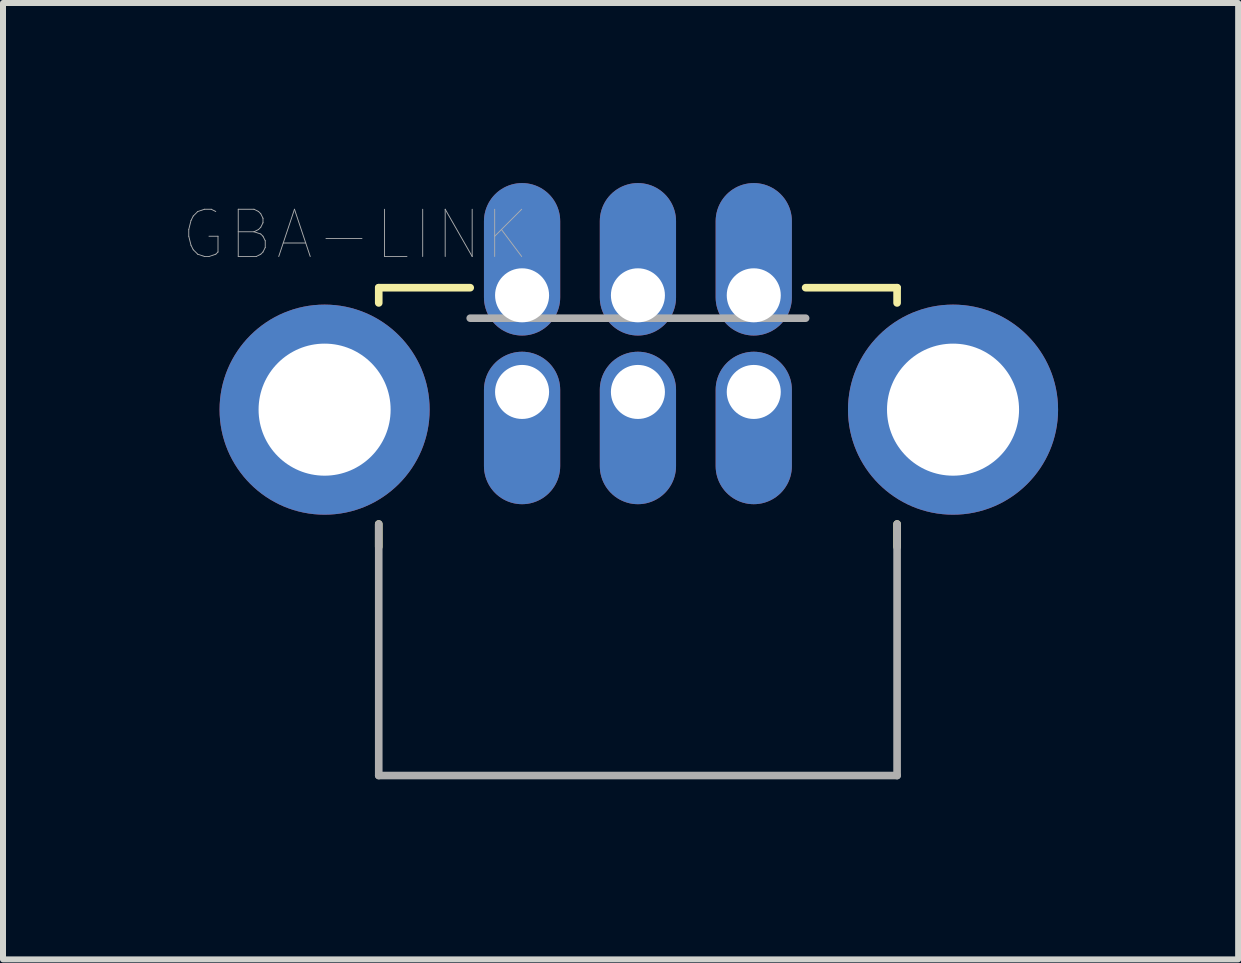
<source format=kicad_pcb>
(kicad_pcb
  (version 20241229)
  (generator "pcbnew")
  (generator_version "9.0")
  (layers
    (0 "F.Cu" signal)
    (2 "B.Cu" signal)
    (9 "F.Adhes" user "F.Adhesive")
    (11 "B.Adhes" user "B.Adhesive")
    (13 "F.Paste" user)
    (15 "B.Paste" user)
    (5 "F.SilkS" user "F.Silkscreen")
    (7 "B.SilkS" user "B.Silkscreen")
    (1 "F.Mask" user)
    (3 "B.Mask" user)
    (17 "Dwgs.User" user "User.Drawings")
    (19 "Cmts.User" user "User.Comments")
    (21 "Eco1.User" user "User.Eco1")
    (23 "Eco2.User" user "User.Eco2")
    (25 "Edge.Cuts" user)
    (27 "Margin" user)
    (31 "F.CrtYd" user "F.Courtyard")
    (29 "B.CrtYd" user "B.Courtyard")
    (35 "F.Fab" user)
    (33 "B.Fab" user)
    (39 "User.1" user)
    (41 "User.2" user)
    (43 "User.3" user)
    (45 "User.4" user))
  (footprint "GBA-LINK"
    (layer "F.Cu")
    (at 7.578 1.87)
    (property "Reference" "GBA-LINK" (at -4.71 -1.01 0) (layer "F.Fab") (effects (font (size 0.787 0.787) (thickness 0.015))))
    (attr through_hole)
    (fp_line (start -4.318 0.127) (end -4.318 -0.127) (stroke (width 0.127) (type solid)) (layer "F.SilkS"))
    (fp_line (start -4.318 4.191) (end -4.318 3.81) (stroke (width 0.127) (type solid)) (layer "F.SilkS"))
    (fp_line (start -2.794 -0.127) (end -4.318 -0.127) (stroke (width 0.127) (type solid)) (layer "F.SilkS"))
    (fp_line (start 4.318 -0.127) (end 2.794 -0.127) (stroke (width 0.127) (type solid)) (layer "F.SilkS"))
    (fp_line (start 4.318 0.127) (end 4.318 -0.127) (stroke (width 0.127) (type solid)) (layer "F.SilkS"))
    (fp_line (start 4.318 4.191) (end 4.318 3.81) (stroke (width 0.127) (type solid)) (layer "F.SilkS"))
    (fp_line (start -4.318 8.001) (end -4.318 3.81) (stroke (width 0.127) (type solid)) (layer "F.Fab"))
    (fp_line (start -4.318 8.001) (end 4.318 8.001) (stroke (width 0.127) (type solid)) (layer "F.Fab"))
    (fp_line (start -2.794 0.381) (end 2.794 0.381) (stroke (width 0.127) (type solid)) (layer "F.Fab"))
    (fp_line (start 4.318 8.001) (end 4.318 3.81) (stroke (width 0.127) (type solid)) (layer "F.Fab"))
    (pad "1" thru_hole oval (at 1.93 0) (size 1.27 2.54) (drill 0.9 (offset 0 -0.6)) (layers "*.Cu" "*.Mask"))
    (pad "2" thru_hole oval (at 1.93 1.61) (size 1.27 2.54) (drill 0.9 (offset 0 0.6)) (layers "*.Cu" "*.Mask"))
    (pad "3" thru_hole oval (at 0 0) (size 1.27 2.54) (drill 0.9 (offset 0 -0.6)) (layers "*.Cu" "*.Mask"))
    (pad "4" thru_hole oval (at 0 1.61) (size 1.27 2.54) (drill 0.9 (offset 0 0.6)) (layers "*.Cu" "*.Mask"))
    (pad "5" thru_hole oval (at -1.93 0) (size 1.27 2.54) (drill 0.9 (offset 0 -0.6)) (layers "*.Cu" "*.Mask"))
    (pad "6" thru_hole oval (at -1.93 1.61) (size 1.27 2.54) (drill 0.9 (offset 0 0.6)) (layers "*.Cu" "*.Mask"))
    (pad "7" thru_hole circle (at -5.22 1.905) (size 3.5 3.5) (drill 2.2) (layers "*.Cu" "*.Mask"))
    (pad "8" thru_hole circle (at 5.25 1.905) (size 3.5 3.5) (drill 2.2) (layers "*.Cu" "*.Mask")))
  (gr_rect
    (start -3 -3)
    (end 17.578 12.934)
    (stroke (width 0.1) (type default))
    (fill no)
    (layer "Edge.Cuts")))
</source>
